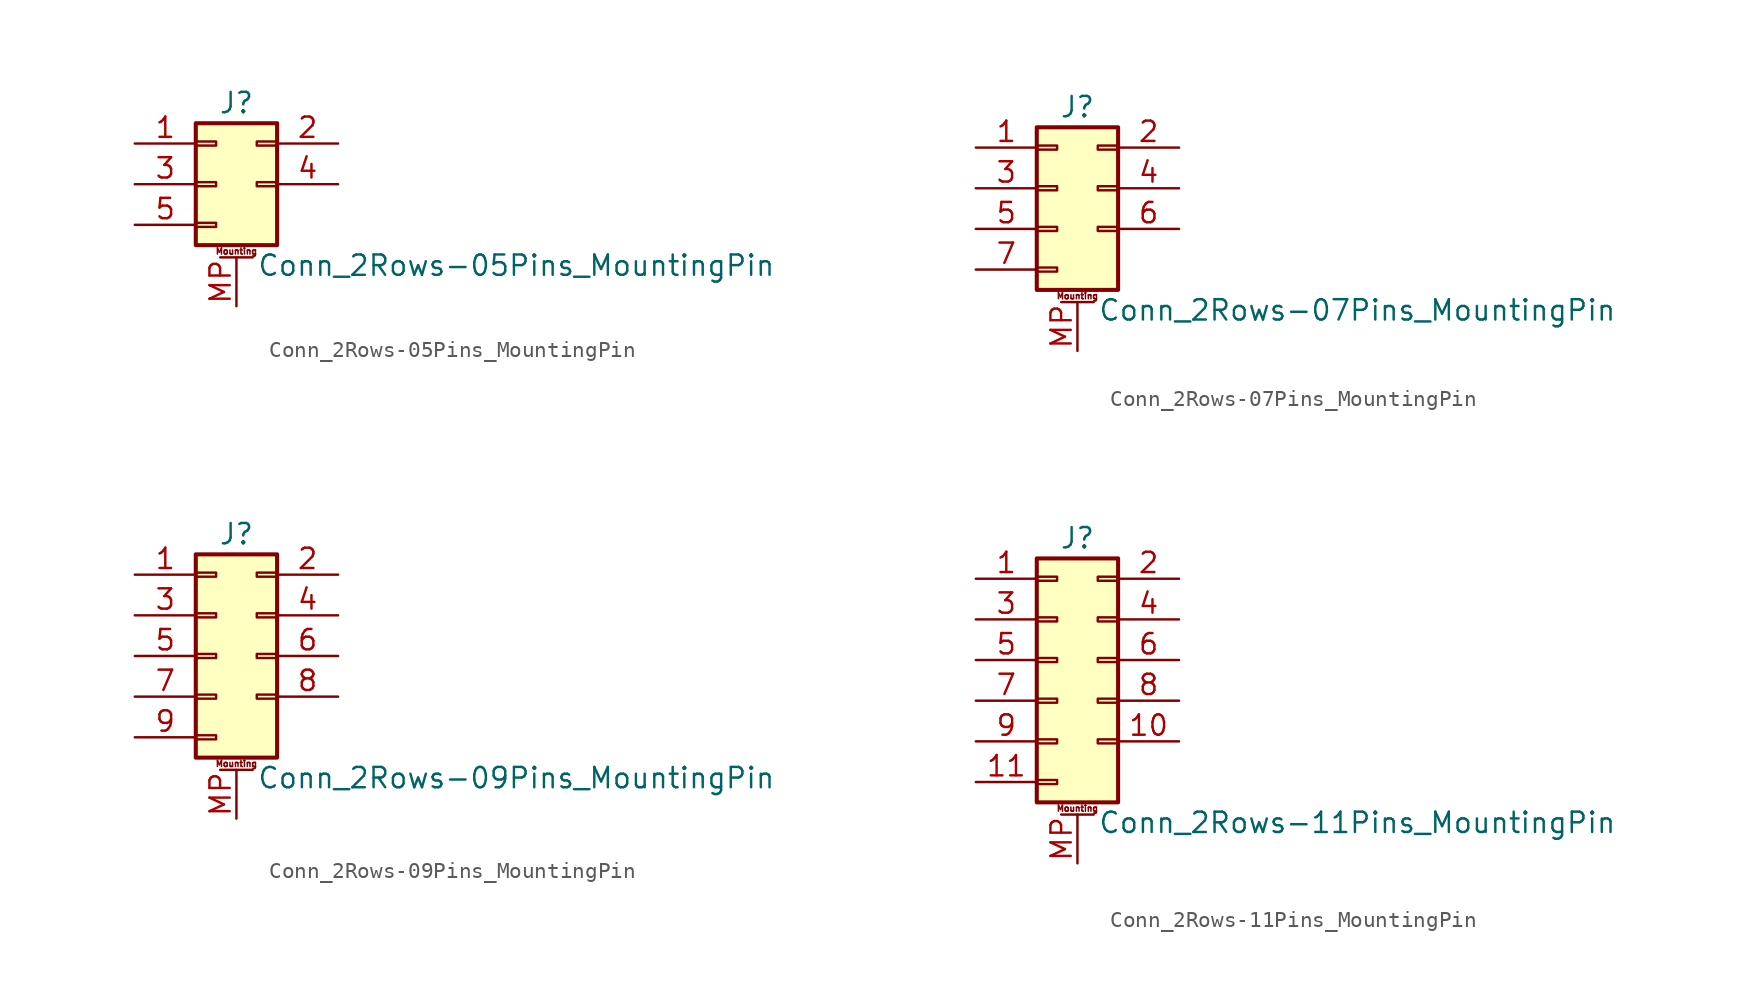
<source format=kicad_sym>
(kicad_symbol_lib
  (version 20200908)
  (generator kicad_symbol_editor)
  (symbol "Connector_Generic_MountingPin:Conn_2Rows-05Pins_MountingPin"
    (pin_names
      (offset 1.016) hide)
    (property "Reference" "J"
      (at 1.27 5.08 0)
      (effects (font (size 1.27 1.27))))
    (property "Value" "Conn_2Rows-05Pins_MountingPin"
      (at 2.54 -5.08 0)
      (effects (font (size 1.27 1.27)) (justify left)))
    (symbol "Conn_2Rows-05Pins_MountingPin_1_1"
      (text "Mounting" (at 1.27 -4.191 0) (effects (font (size 0.381 0.381))))
      (rectangle (start -1.27 -2.413) (end 0 -2.667) (stroke (width 0.152)) (fill (type none)))
      (rectangle (start -1.27 2.667) (end 0 2.413) (stroke (width 0.152)) (fill (type none)))
      (rectangle (start -1.27 3.81) (end 3.81 -3.81) (stroke (width 0.254)) (fill (type background)))
      (rectangle (start -1.27 0.127) (end 0 -0.127) (stroke (width 0.152)) (fill (type none)))
      (rectangle (start 3.81 2.667) (end 2.54 2.413) (stroke (width 0.152)) (fill (type none)))
      (rectangle (start 3.81 0.127) (end 2.54 -0.127) (stroke (width 0.152)) (fill (type none)))
      (polyline (pts (xy 0.254 -4.572) (xy 2.286 -4.572)) (stroke (width 0.152)) (fill (type none)))
      (pin passive line (at 1.27 -7.62 90) (length 3.048) (name "MountPin" (effects (font (size 1.27 1.27)))) (number "MP" (effects (font (size 1.27 1.27)))))
      (pin passive line (at -5.08 2.54 0) (length 3.81) (name "Pin_1" (effects (font (size 1.27 1.27)))) (number "1" (effects (font (size 1.27 1.27)))))
      (pin passive line (at 7.62 2.54 180) (length 3.81) (name "Pin_2" (effects (font (size 1.27 1.27)))) (number "2" (effects (font (size 1.27 1.27)))))
      (pin passive line (at -5.08 0 0) (length 3.81) (name "Pin_3" (effects (font (size 1.27 1.27)))) (number "3" (effects (font (size 1.27 1.27)))))
      (pin passive line (at 7.62 0 180) (length 3.81) (name "Pin_4" (effects (font (size 1.27 1.27)))) (number "4" (effects (font (size 1.27 1.27)))))
      (pin passive line (at -5.08 -2.54 0) (length 3.81) (name "Pin_5" (effects (font (size 1.27 1.27)))) (number "5" (effects (font (size 1.27 1.27)))))))
  (symbol "Connector_Generic_MountingPin:Conn_2Rows-07Pins_MountingPin"
    (pin_names
      (offset 1.016) hide)
    (property "Reference" "J"
      (at 1.27 5.08 0)
      (effects (font (size 1.27 1.27))))
    (property "Value" "Conn_2Rows-07Pins_MountingPin"
      (at 2.54 -7.62 0)
      (effects (font (size 1.27 1.27)) (justify left)))
    (symbol "Conn_2Rows-07Pins_MountingPin_1_1"
      (text "Mounting" (at 1.27 -6.731 0) (effects (font (size 0.381 0.381))))
      (rectangle (start -1.27 -4.953) (end 0 -5.207) (stroke (width 0.152)) (fill (type none)))
      (rectangle (start -1.27 -2.413) (end 0 -2.667) (stroke (width 0.152)) (fill (type none)))
      (rectangle (start -1.27 2.667) (end 0 2.413) (stroke (width 0.152)) (fill (type none)))
      (rectangle (start -1.27 3.81) (end 3.81 -6.35) (stroke (width 0.254)) (fill (type background)))
      (rectangle (start -1.27 0.127) (end 0 -0.127) (stroke (width 0.152)) (fill (type none)))
      (rectangle (start 3.81 -2.413) (end 2.54 -2.667) (stroke (width 0.152)) (fill (type none)))
      (rectangle (start 3.81 2.667) (end 2.54 2.413) (stroke (width 0.152)) (fill (type none)))
      (rectangle (start 3.81 0.127) (end 2.54 -0.127) (stroke (width 0.152)) (fill (type none)))
      (polyline (pts (xy 0.254 -7.112) (xy 2.286 -7.112)) (stroke (width 0.152)) (fill (type none)))
      (pin passive line (at 1.27 -10.16 90) (length 3.048) (name "MountPin" (effects (font (size 1.27 1.27)))) (number "MP" (effects (font (size 1.27 1.27)))))
      (pin passive line (at -5.08 2.54 0) (length 3.81) (name "Pin_1" (effects (font (size 1.27 1.27)))) (number "1" (effects (font (size 1.27 1.27)))))
      (pin passive line (at 7.62 2.54 180) (length 3.81) (name "Pin_2" (effects (font (size 1.27 1.27)))) (number "2" (effects (font (size 1.27 1.27)))))
      (pin passive line (at -5.08 0 0) (length 3.81) (name "Pin_3" (effects (font (size 1.27 1.27)))) (number "3" (effects (font (size 1.27 1.27)))))
      (pin passive line (at 7.62 0 180) (length 3.81) (name "Pin_4" (effects (font (size 1.27 1.27)))) (number "4" (effects (font (size 1.27 1.27)))))
      (pin passive line (at -5.08 -2.54 0) (length 3.81) (name "Pin_5" (effects (font (size 1.27 1.27)))) (number "5" (effects (font (size 1.27 1.27)))))
      (pin passive line (at 7.62 -2.54 180) (length 3.81) (name "Pin_6" (effects (font (size 1.27 1.27)))) (number "6" (effects (font (size 1.27 1.27)))))
      (pin passive line (at -5.08 -5.08 0) (length 3.81) (name "Pin_7" (effects (font (size 1.27 1.27)))) (number "7" (effects (font (size 1.27 1.27)))))))
  (symbol "Connector_Generic_MountingPin:Conn_2Rows-09Pins_MountingPin"
    (pin_names
      (offset 1.016) hide)
    (property "Reference" "J"
      (at 1.27 7.62 0)
      (effects (font (size 1.27 1.27))))
    (property "Value" "Conn_2Rows-09Pins_MountingPin"
      (at 2.54 -7.62 0)
      (effects (font (size 1.27 1.27)) (justify left)))
    (symbol "Conn_2Rows-09Pins_MountingPin_1_1"
      (text "Mounting" (at 1.27 -6.731 0) (effects (font (size 0.381 0.381))))
      (rectangle (start -1.27 -4.953) (end 0 -5.207) (stroke (width 0.152)) (fill (type none)))
      (rectangle (start -1.27 -2.413) (end 0 -2.667) (stroke (width 0.152)) (fill (type none)))
      (rectangle (start -1.27 2.667) (end 0 2.413) (stroke (width 0.152)) (fill (type none)))
      (rectangle (start -1.27 5.207) (end 0 4.953) (stroke (width 0.152)) (fill (type none)))
      (rectangle (start -1.27 6.35) (end 3.81 -6.35) (stroke (width 0.254)) (fill (type background)))
      (rectangle (start -1.27 0.127) (end 0 -0.127) (stroke (width 0.152)) (fill (type none)))
      (rectangle (start 3.81 -2.413) (end 2.54 -2.667) (stroke (width 0.152)) (fill (type none)))
      (rectangle (start 3.81 2.667) (end 2.54 2.413) (stroke (width 0.152)) (fill (type none)))
      (rectangle (start 3.81 5.207) (end 2.54 4.953) (stroke (width 0.152)) (fill (type none)))
      (rectangle (start 3.81 0.127) (end 2.54 -0.127) (stroke (width 0.152)) (fill (type none)))
      (polyline (pts (xy 0.254 -7.112) (xy 2.286 -7.112)) (stroke (width 0.152)) (fill (type none)))
      (pin passive line (at 1.27 -10.16 90) (length 3.048) (name "MountPin" (effects (font (size 1.27 1.27)))) (number "MP" (effects (font (size 1.27 1.27)))))
      (pin passive line (at -5.08 5.08 0) (length 3.81) (name "Pin_1" (effects (font (size 1.27 1.27)))) (number "1" (effects (font (size 1.27 1.27)))))
      (pin passive line (at 7.62 5.08 180) (length 3.81) (name "Pin_2" (effects (font (size 1.27 1.27)))) (number "2" (effects (font (size 1.27 1.27)))))
      (pin passive line (at -5.08 2.54 0) (length 3.81) (name "Pin_3" (effects (font (size 1.27 1.27)))) (number "3" (effects (font (size 1.27 1.27)))))
      (pin passive line (at 7.62 2.54 180) (length 3.81) (name "Pin_4" (effects (font (size 1.27 1.27)))) (number "4" (effects (font (size 1.27 1.27)))))
      (pin passive line (at -5.08 0 0) (length 3.81) (name "Pin_5" (effects (font (size 1.27 1.27)))) (number "5" (effects (font (size 1.27 1.27)))))
      (pin passive line (at 7.62 0 180) (length 3.81) (name "Pin_6" (effects (font (size 1.27 1.27)))) (number "6" (effects (font (size 1.27 1.27)))))
      (pin passive line (at -5.08 -2.54 0) (length 3.81) (name "Pin_7" (effects (font (size 1.27 1.27)))) (number "7" (effects (font (size 1.27 1.27)))))
      (pin passive line (at 7.62 -2.54 180) (length 3.81) (name "Pin_8" (effects (font (size 1.27 1.27)))) (number "8" (effects (font (size 1.27 1.27)))))
      (pin passive line (at -5.08 -5.08 0) (length 3.81) (name "Pin_9" (effects (font (size 1.27 1.27)))) (number "9" (effects (font (size 1.27 1.27)))))))
  (symbol "Connector_Generic_MountingPin:Conn_2Rows-11Pins_MountingPin"
    (pin_names
      (offset 1.016) hide)
    (property "Reference" "J"
      (at 1.27 7.62 0)
      (effects (font (size 1.27 1.27))))
    (property "Value" "Conn_2Rows-11Pins_MountingPin"
      (at 2.54 -10.16 0)
      (effects (font (size 1.27 1.27)) (justify left)))
    (symbol "Conn_2Rows-11Pins_MountingPin_1_1"
      (text "Mounting" (at 1.27 -9.271 0) (effects (font (size 0.381 0.381))))
      (rectangle (start -1.27 -4.953) (end 0 -5.207) (stroke (width 0.152)) (fill (type none)))
      (rectangle (start -1.27 -7.493) (end 0 -7.747) (stroke (width 0.152)) (fill (type none)))
      (rectangle (start -1.27 -2.413) (end 0 -2.667) (stroke (width 0.152)) (fill (type none)))
      (rectangle (start -1.27 2.667) (end 0 2.413) (stroke (width 0.152)) (fill (type none)))
      (rectangle (start -1.27 5.207) (end 0 4.953) (stroke (width 0.152)) (fill (type none)))
      (rectangle (start -1.27 6.35) (end 3.81 -8.89) (stroke (width 0.254)) (fill (type background)))
      (rectangle (start -1.27 0.127) (end 0 -0.127) (stroke (width 0.152)) (fill (type none)))
      (rectangle (start 3.81 -4.953) (end 2.54 -5.207) (stroke (width 0.152)) (fill (type none)))
      (rectangle (start 3.81 -2.413) (end 2.54 -2.667) (stroke (width 0.152)) (fill (type none)))
      (rectangle (start 3.81 2.667) (end 2.54 2.413) (stroke (width 0.152)) (fill (type none)))
      (rectangle (start 3.81 5.207) (end 2.54 4.953) (stroke (width 0.152)) (fill (type none)))
      (rectangle (start 3.81 0.127) (end 2.54 -0.127) (stroke (width 0.152)) (fill (type none)))
      (polyline (pts (xy 0.254 -9.652) (xy 2.286 -9.652)) (stroke (width 0.152)) (fill (type none)))
      (pin passive line (at 1.27 -12.7 90) (length 3.048) (name "MountPin" (effects (font (size 1.27 1.27)))) (number "MP" (effects (font (size 1.27 1.27)))))
      (pin passive line (at -5.08 5.08 0) (length 3.81) (name "Pin_1" (effects (font (size 1.27 1.27)))) (number "1" (effects (font (size 1.27 1.27)))))
      (pin passive line (at 7.62 -5.08 180) (length 3.81) (name "Pin_10" (effects (font (size 1.27 1.27)))) (number "10" (effects (font (size 1.27 1.27)))))
      (pin passive line (at -5.08 -7.62 0) (length 3.81) (name "Pin_11" (effects (font (size 1.27 1.27)))) (number "11" (effects (font (size 1.27 1.27)))))
      (pin passive line (at 7.62 5.08 180) (length 3.81) (name "Pin_2" (effects (font (size 1.27 1.27)))) (number "2" (effects (font (size 1.27 1.27)))))
      (pin passive line (at -5.08 2.54 0) (length 3.81) (name "Pin_3" (effects (font (size 1.27 1.27)))) (number "3" (effects (font (size 1.27 1.27)))))
      (pin passive line (at 7.62 2.54 180) (length 3.81) (name "Pin_4" (effects (font (size 1.27 1.27)))) (number "4" (effects (font (size 1.27 1.27)))))
      (pin passive line (at -5.08 0 0) (length 3.81) (name "Pin_5" (effects (font (size 1.27 1.27)))) (number "5" (effects (font (size 1.27 1.27)))))
      (pin passive line (at 7.62 0 180) (length 3.81) (name "Pin_6" (effects (font (size 1.27 1.27)))) (number "6" (effects (font (size 1.27 1.27)))))
      (pin passive line (at -5.08 -2.54 0) (length 3.81) (name "Pin_7" (effects (font (size 1.27 1.27)))) (number "7" (effects (font (size 1.27 1.27)))))
      (pin passive line (at 7.62 -2.54 180) (length 3.81) (name "Pin_8" (effects (font (size 1.27 1.27)))) (number "8" (effects (font (size 1.27 1.27)))))
      (pin passive line (at -5.08 -5.08 0) (length 3.81) (name "Pin_9" (effects (font (size 1.27 1.27)))) (number "9" (effects (font (size 1.27 1.27))))))))
</source>
